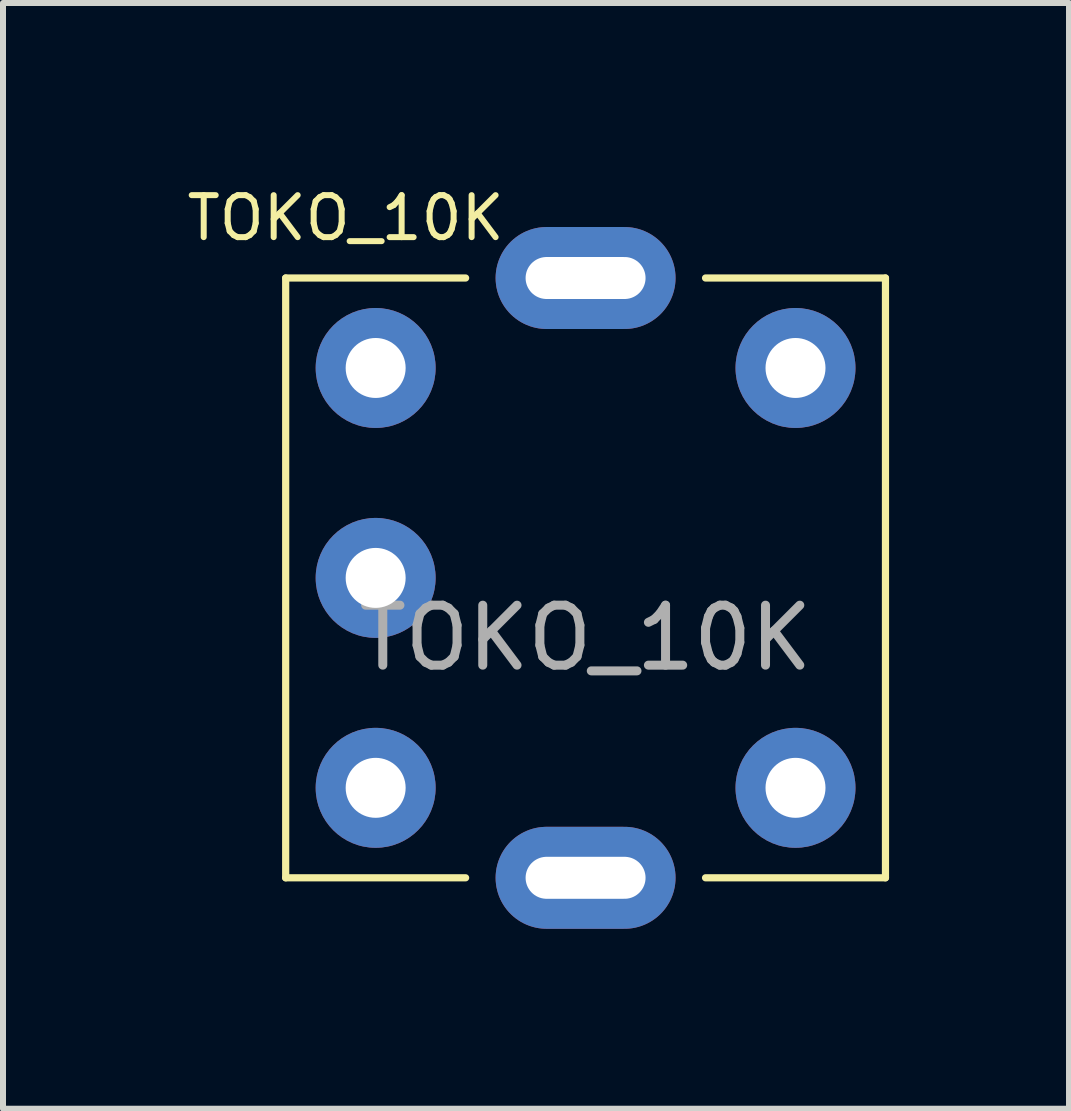
<source format=kicad_pcb>
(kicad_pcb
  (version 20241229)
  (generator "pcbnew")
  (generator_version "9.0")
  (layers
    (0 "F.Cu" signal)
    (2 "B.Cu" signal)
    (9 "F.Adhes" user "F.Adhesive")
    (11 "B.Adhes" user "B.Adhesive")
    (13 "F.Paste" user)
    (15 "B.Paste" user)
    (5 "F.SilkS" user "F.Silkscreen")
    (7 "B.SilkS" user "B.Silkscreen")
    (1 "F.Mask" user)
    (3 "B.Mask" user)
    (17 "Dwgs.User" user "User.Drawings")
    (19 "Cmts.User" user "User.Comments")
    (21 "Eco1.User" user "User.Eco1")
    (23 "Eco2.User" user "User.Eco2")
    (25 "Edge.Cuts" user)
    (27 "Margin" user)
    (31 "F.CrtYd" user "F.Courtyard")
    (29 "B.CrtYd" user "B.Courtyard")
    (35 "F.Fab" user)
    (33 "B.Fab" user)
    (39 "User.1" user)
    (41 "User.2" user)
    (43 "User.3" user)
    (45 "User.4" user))
  (footprint "TOKO_10K"
    (layer "F.Cu")
    (at 6.713 6.585)
    (property "Reference" "TOKO_10K" (at -4 -6 0) (unlocked yes) (layer "F.SilkS") (effects (font (size 0.7 0.7) (thickness 0.1))))
    (attr through_hole)
    (fp_line (start -5 -5) (end -5 5) (stroke (width 0.12) (type solid)) (layer "F.SilkS"))
    (fp_line (start -5 5) (end -2 5) (stroke (width 0.12) (type solid)) (layer "F.SilkS"))
    (fp_line (start -2 -5) (end -5 -5) (stroke (width 0.12) (type solid)) (layer "F.SilkS"))
    (fp_line (start 2 5) (end 5 5) (stroke (width 0.12) (type solid)) (layer "F.SilkS"))
    (fp_line (start 5 -5) (end 2 -5) (stroke (width 0.12) (type solid)) (layer "F.SilkS"))
    (fp_line (start 5 5) (end 5 -5) (stroke (width 0.12) (type solid)) (layer "F.SilkS"))
    (fp_text user "${REFERENCE}" (at 0 1 0) (unlocked yes) (layer "F.Fab") (effects (font (size 1 1) (thickness 0.15))))
    (pad "1" thru_hole circle (at -3.5 -3.5) (size 2 2) (drill 1) (layers "*.Cu" "*.Mask"))
    (pad "2" thru_hole circle (at -3.5 0) (size 2 2) (drill 1) (layers "*.Cu" "*.Mask"))
    (pad "3" thru_hole circle (at -3.5 3.5) (size 2 2) (drill 1) (layers "*.Cu" "*.Mask"))
    (pad "4" thru_hole circle (at 3.5 3.5) (size 2 2) (drill 1) (layers "*.Cu" "*.Mask"))
    (pad "6" thru_hole circle (at 3.5 -3.5) (size 2 2) (drill 1) (layers "*.Cu" "*.Mask"))
    (pad "7" thru_hole oval (at 0 -5) (size 3 1.7) (drill oval 2 0.7) (layers "*.Cu" "*.Mask"))
    (pad "7" thru_hole oval (at 0 5) (size 3 1.7) (drill oval 2 0.7) (layers "*.Cu" "*.Mask")))
  (gr_rect
    (start -3 -3)
    (end 14.773 15.435)
    (stroke (width 0.1) (type default))
    (fill no)
    (layer "Edge.Cuts")))
</source>
